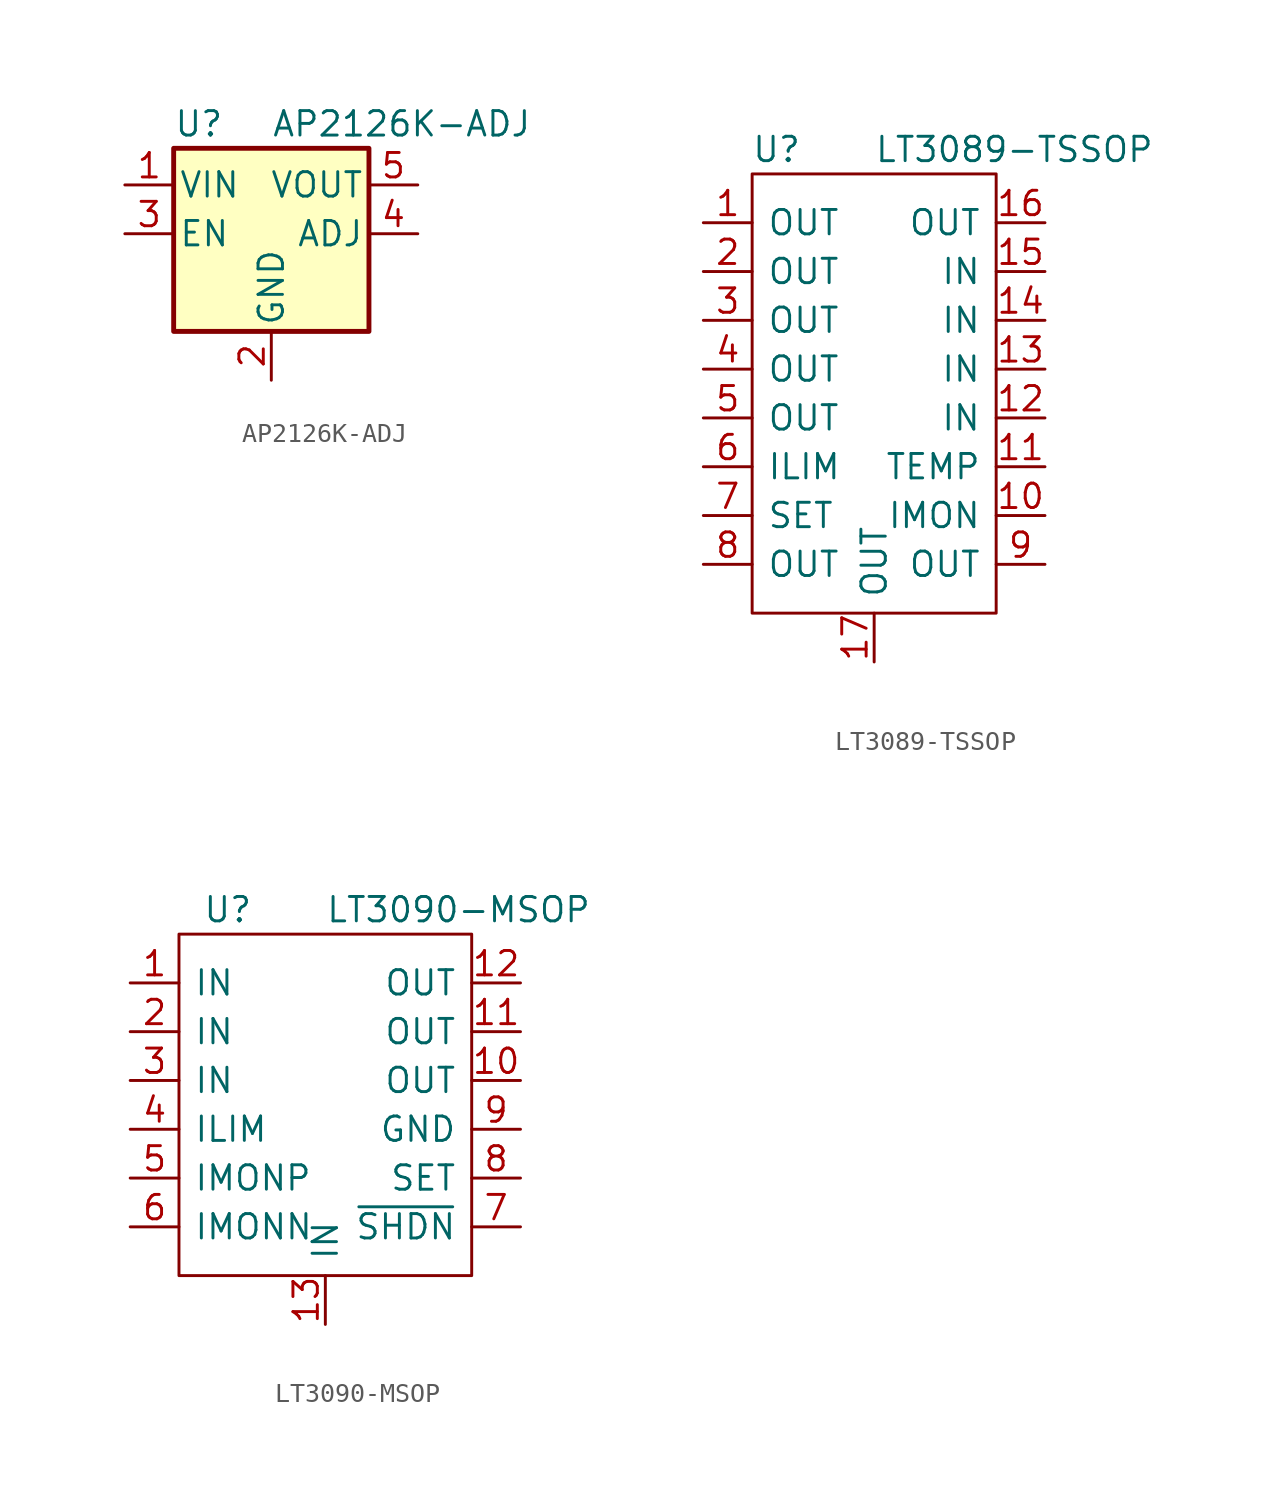
<source format=kicad_sym>
(kicad_symbol_lib
  (version 20211014)
  (generator kicad_symbol_editor)
  (symbol "AP2126K-ADJ"
    (pin_names
      (offset 0.254))
    (property "Reference" "U"
      (at -5.08 5.715 0)
      (effects (font (size 1.27 1.27)) (justify left)))
    (property "Value" "AP2126K-ADJ"
      (at 0 5.715 0)
      (effects (font (size 1.27 1.27)) (justify left)))
    (symbol "AP2126K-ADJ_0_1"
      (rectangle (start -5.08 4.445) (end 5.08 -5.08) (stroke (width 0.254) (type default) (color 0 0 0 0)) (fill (type background))))
    (symbol "AP2126K-ADJ_1_1"
      (pin power_in line (at -7.62 2.54 0) (length 2.54) (name "VIN" (effects (font (size 1.27 1.27)))) (number "1" (effects (font (size 1.27 1.27)))))
      (pin power_in line (at 0 -7.62 90) (length 2.54) (name "GND" (effects (font (size 1.27 1.27)))) (number "2" (effects (font (size 1.27 1.27)))))
      (pin input line (at -7.62 0 0) (length 2.54) (name "EN" (effects (font (size 1.27 1.27)))) (number "3" (effects (font (size 1.27 1.27)))))
      (pin input line (at 7.62 0 180) (length 2.54) (name "ADJ" (effects (font (size 1.27 1.27)))) (number "4" (effects (font (size 1.27 1.27)))))
      (pin power_out line (at 7.62 2.54 180) (length 2.54) (name "VOUT" (effects (font (size 1.27 1.27)))) (number "5" (effects (font (size 1.27 1.27)))))))
  (symbol "LT3089-TSSOP"
    (pin_names
      (offset 0.762))
    (property "Reference" "U"
      (at -5.08 12.7 0)
      (effects (font (size 1.27 1.27))))
    (property "Value" "LT3089-TSSOP"
      (at 0 12.7 0)
      (effects (font (size 1.27 1.27)) (justify left)))
    (symbol "LT3089-TSSOP_0_1"
      (rectangle (start -6.35 11.43) (end 6.35 -11.43) (stroke (width 0) (type default) (color 0 0 0 0)) (fill (type none))))
    (symbol "LT3089-TSSOP_1_1"
      (pin power_in line (at -8.89 8.89 0) (length 2.54) (name "OUT" (effects (font (size 1.27 1.27)))) (number "1" (effects (font (size 1.27 1.27)))))
      (pin power_out line (at 8.89 -6.35 180) (length 2.54) (name "IMON" (effects (font (size 1.27 1.27)))) (number "10" (effects (font (size 1.27 1.27)))))
      (pin power_out line (at 8.89 -3.81 180) (length 2.54) (name "TEMP" (effects (font (size 1.27 1.27)))) (number "11" (effects (font (size 1.27 1.27)))))
      (pin power_out line (at 8.89 -1.27 180) (length 2.54) (name "IN" (effects (font (size 1.27 1.27)))) (number "12" (effects (font (size 1.27 1.27)))))
      (pin power_out line (at 8.89 1.27 180) (length 2.54) (name "IN" (effects (font (size 1.27 1.27)))) (number "13" (effects (font (size 1.27 1.27)))))
      (pin power_out line (at 8.89 3.81 180) (length 2.54) (name "IN" (effects (font (size 1.27 1.27)))) (number "14" (effects (font (size 1.27 1.27)))))
      (pin power_out line (at 8.89 6.35 180) (length 2.54) (name "IN" (effects (font (size 1.27 1.27)))) (number "15" (effects (font (size 1.27 1.27)))))
      (pin power_out line (at 8.89 8.89 180) (length 2.54) (name "OUT" (effects (font (size 1.27 1.27)))) (number "16" (effects (font (size 1.27 1.27)))))
      (pin power_out line (at 0 -13.97 90) (length 2.54) (name "OUT" (effects (font (size 1.27 1.27)))) (number "17" (effects (font (size 1.27 1.27)))))
      (pin passive line (at -8.89 6.35 0) (length 2.54) (name "OUT" (effects (font (size 1.27 1.27)))) (number "2" (effects (font (size 1.27 1.27)))))
      (pin power_in line (at -8.89 3.81 0) (length 2.54) (name "OUT" (effects (font (size 1.27 1.27)))) (number "3" (effects (font (size 1.27 1.27)))))
      (pin passive line (at -8.89 1.27 0) (length 2.54) (name "OUT" (effects (font (size 1.27 1.27)))) (number "4" (effects (font (size 1.27 1.27)))))
      (pin passive line (at -8.89 -1.27 0) (length 2.54) (name "OUT" (effects (font (size 1.27 1.27)))) (number "5" (effects (font (size 1.27 1.27)))))
      (pin input line (at -8.89 -3.81 0) (length 2.54) (name "ILIM" (effects (font (size 1.27 1.27)))) (number "6" (effects (font (size 1.27 1.27)))))
      (pin passive line (at -8.89 -6.35 0) (length 2.54) (name "SET" (effects (font (size 1.27 1.27)))) (number "7" (effects (font (size 1.27 1.27)))))
      (pin passive line (at -8.89 -8.89 0) (length 2.54) (name "OUT" (effects (font (size 1.27 1.27)))) (number "8" (effects (font (size 1.27 1.27)))))
      (pin power_out line (at 8.89 -8.89 180) (length 2.54) (name "OUT" (effects (font (size 1.27 1.27)))) (number "9" (effects (font (size 1.27 1.27)))))))
  (symbol "LT3090-MSOP"
    (pin_names
      (offset 0.762))
    (property "Reference" "U"
      (at -5.08 10.16 0)
      (effects (font (size 1.27 1.27))))
    (property "Value" "LT3090-MSOP"
      (at 0 10.16 0)
      (effects (font (size 1.27 1.27)) (justify left)))
    (symbol "LT3090-MSOP_0_1"
      (rectangle (start -7.62 8.89) (end 7.62 -8.89) (stroke (width 0) (type default) (color 0 0 0 0)) (fill (type none))))
    (symbol "LT3090-MSOP_1_1"
      (pin power_in line (at -10.16 6.35 0) (length 2.54) (name "IN" (effects (font (size 1.27 1.27)))) (number "1" (effects (font (size 1.27 1.27)))))
      (pin power_out line (at 10.16 1.27 180) (length 2.54) (name "OUT" (effects (font (size 1.27 1.27)))) (number "10" (effects (font (size 1.27 1.27)))))
      (pin power_out line (at 10.16 3.81 180) (length 2.54) (name "OUT" (effects (font (size 1.27 1.27)))) (number "11" (effects (font (size 1.27 1.27)))))
      (pin power_out line (at 10.16 6.35 180) (length 2.54) (name "OUT" (effects (font (size 1.27 1.27)))) (number "12" (effects (font (size 1.27 1.27)))))
      (pin power_out line (at 0 -11.43 90) (length 2.54) (name "IN" (effects (font (size 1.27 1.27)))) (number "13" (effects (font (size 1.27 1.27)))))
      (pin passive line (at -10.16 3.81 0) (length 2.54) (name "IN" (effects (font (size 1.27 1.27)))) (number "2" (effects (font (size 1.27 1.27)))))
      (pin power_in line (at -10.16 1.27 0) (length 2.54) (name "IN" (effects (font (size 1.27 1.27)))) (number "3" (effects (font (size 1.27 1.27)))))
      (pin passive line (at -10.16 -1.27 0) (length 2.54) (name "ILIM" (effects (font (size 1.27 1.27)))) (number "4" (effects (font (size 1.27 1.27)))))
      (pin passive line (at -10.16 -3.81 0) (length 2.54) (name "IMONP" (effects (font (size 1.27 1.27)))) (number "5" (effects (font (size 1.27 1.27)))))
      (pin input line (at -10.16 -6.35 0) (length 2.54) (name "IMONN" (effects (font (size 1.27 1.27)))) (number "6" (effects (font (size 1.27 1.27)))))
      (pin passive line (at 10.16 -6.35 180) (length 2.54) (name "~{SHDN}" (effects (font (size 1.27 1.27)))) (number "7" (effects (font (size 1.27 1.27)))))
      (pin passive line (at 10.16 -3.81 180) (length 2.54) (name "SET" (effects (font (size 1.27 1.27)))) (number "8" (effects (font (size 1.27 1.27)))))
      (pin power_out line (at 10.16 -1.27 180) (length 2.54) (name "GND" (effects (font (size 1.27 1.27)))) (number "9" (effects (font (size 1.27 1.27))))))))
</source>
